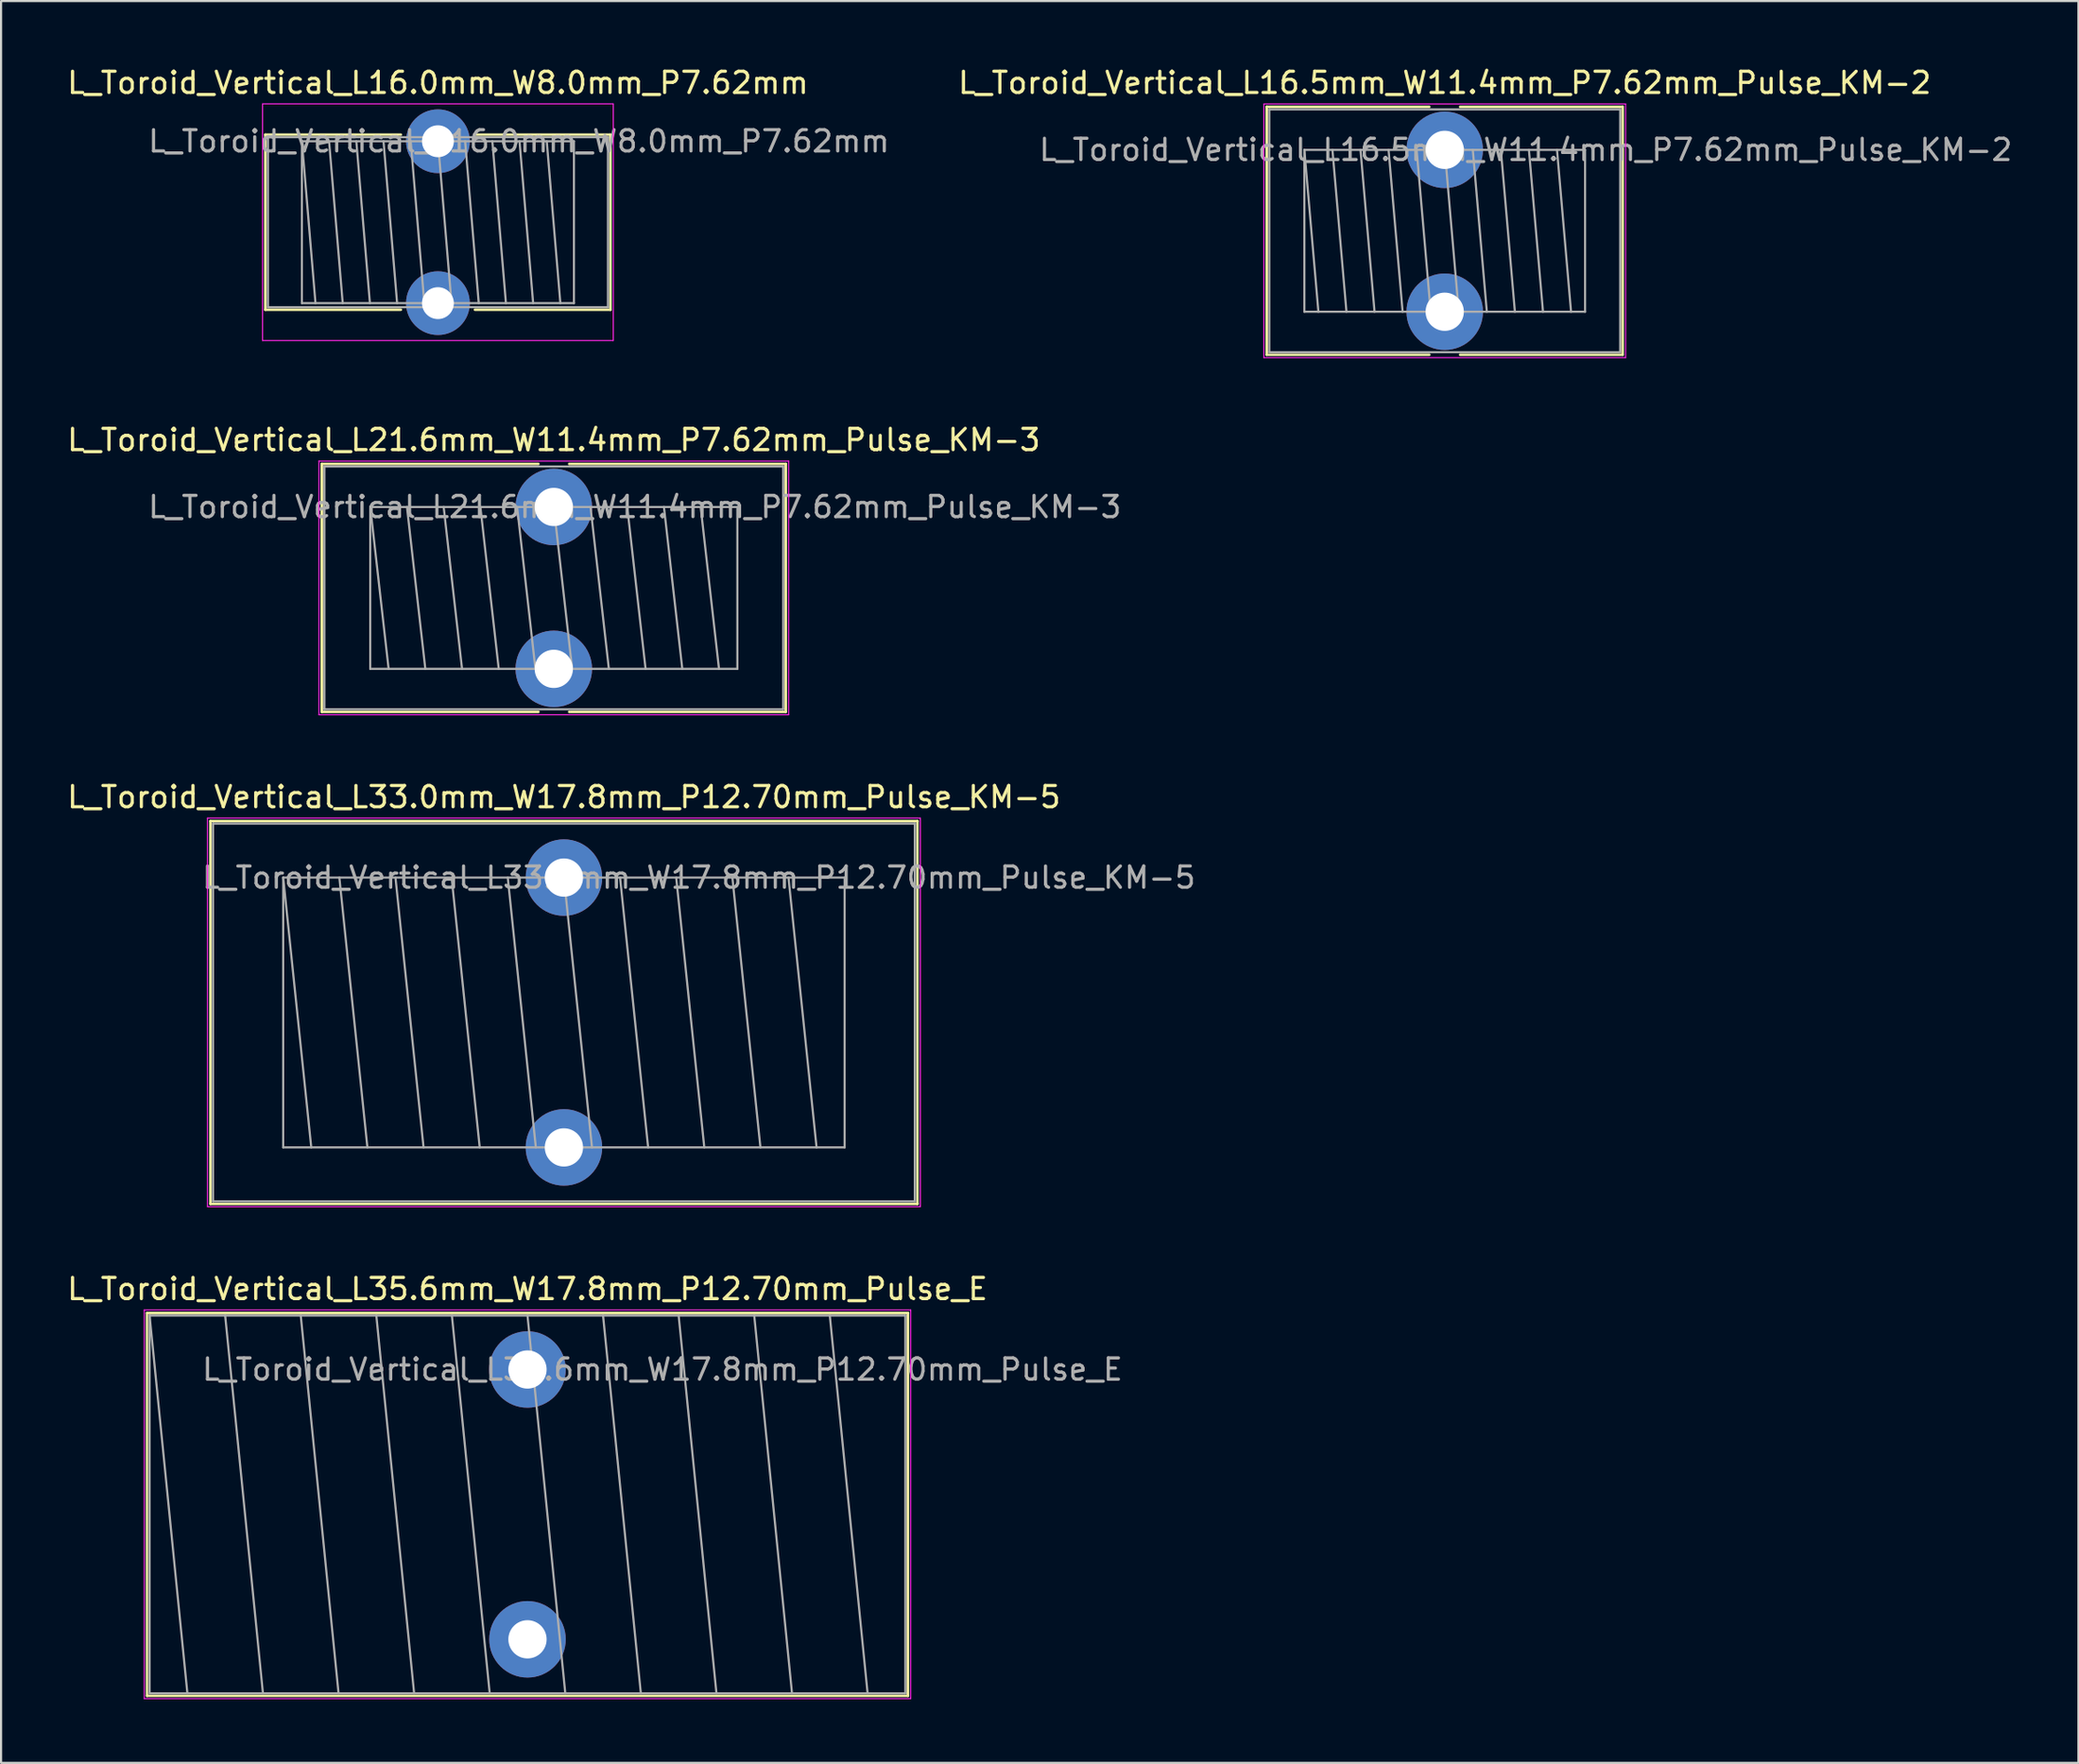
<source format=kicad_pcb>
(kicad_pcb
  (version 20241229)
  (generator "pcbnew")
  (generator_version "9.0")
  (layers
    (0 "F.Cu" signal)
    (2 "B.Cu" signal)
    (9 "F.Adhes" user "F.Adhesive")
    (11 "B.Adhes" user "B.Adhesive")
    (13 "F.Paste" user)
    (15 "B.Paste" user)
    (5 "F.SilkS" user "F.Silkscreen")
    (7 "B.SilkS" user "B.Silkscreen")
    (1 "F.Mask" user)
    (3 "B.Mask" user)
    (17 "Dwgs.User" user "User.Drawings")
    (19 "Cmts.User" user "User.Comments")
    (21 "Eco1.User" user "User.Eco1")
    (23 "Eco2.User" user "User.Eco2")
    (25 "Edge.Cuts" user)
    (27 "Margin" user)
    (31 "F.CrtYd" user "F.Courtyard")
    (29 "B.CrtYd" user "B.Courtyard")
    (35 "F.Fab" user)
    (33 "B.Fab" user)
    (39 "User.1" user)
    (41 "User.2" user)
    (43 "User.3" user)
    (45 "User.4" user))
  (footprint "L_Toroid_Vertical_L33.0mm_W17.8mm_P12.70mm_Pulse_KM-5"
    (layer "F.Cu")
    (at 23.482 38.255)
    (property "Reference" "L_Toroid_Vertical_L33.0mm_W17.8mm_P12.70mm_Pulse_KM-5" (at 0 -3.79 0) (layer "F.SilkS") (effects (font (size 1 1) (thickness 0.15))))
    (attr through_hole)
    (fp_line (start -16.631 -2.66) (end -16.631 15.36) (stroke (width 0.12) (type solid)) (layer "F.SilkS"))
    (fp_line (start -16.631 -2.66) (end 16.631 -2.66) (stroke (width 0.12) (type solid)) (layer "F.SilkS"))
    (fp_line (start -16.631 15.36) (end 16.631 15.36) (stroke (width 0.12) (type solid)) (layer "F.SilkS"))
    (fp_line (start 16.631 -2.66) (end 16.631 15.36) (stroke (width 0.12) (type solid)) (layer "F.SilkS"))
    (fp_line (start -16.77 -2.8) (end -16.77 15.49) (stroke (width 0.05) (type solid)) (layer "F.CrtYd"))
    (fp_line (start -16.77 15.49) (end 16.77 15.49) (stroke (width 0.05) (type solid)) (layer "F.CrtYd"))
    (fp_line (start 16.77 -2.8) (end -16.77 -2.8) (stroke (width 0.05) (type solid)) (layer "F.CrtYd"))
    (fp_line (start 16.77 15.49) (end 16.77 -2.8) (stroke (width 0.05) (type solid)) (layer "F.CrtYd"))
    (fp_line (start -16.51 -2.54) (end -16.51 15.24) (stroke (width 0.1) (type solid)) (layer "F.Fab"))
    (fp_line (start -16.51 15.24) (end 16.51 15.24) (stroke (width 0.1) (type solid)) (layer "F.Fab"))
    (fp_line (start -13.208 0) (end -13.208 12.7) (stroke (width 0.1) (type solid)) (layer "F.Fab"))
    (fp_line (start -13.208 0) (end -11.887 12.7) (stroke (width 0.1) (type solid)) (layer "F.Fab"))
    (fp_line (start -13.208 12.7) (end 13.208 12.7) (stroke (width 0.1) (type solid)) (layer "F.Fab"))
    (fp_line (start -10.566 0) (end -9.246 12.7) (stroke (width 0.1) (type solid)) (layer "F.Fab"))
    (fp_line (start -7.925 0) (end -6.604 12.7) (stroke (width 0.1) (type solid)) (layer "F.Fab"))
    (fp_line (start -5.283 0) (end -3.962 12.7) (stroke (width 0.1) (type solid)) (layer "F.Fab"))
    (fp_line (start -2.642 0) (end -1.321 12.7) (stroke (width 0.1) (type solid)) (layer "F.Fab"))
    (fp_line (start 0 0) (end 1.321 12.7) (stroke (width 0.1) (type solid)) (layer "F.Fab"))
    (fp_line (start 2.642 0) (end 3.962 12.7) (stroke (width 0.1) (type solid)) (layer "F.Fab"))
    (fp_line (start 5.283 0) (end 6.604 12.7) (stroke (width 0.1) (type solid)) (layer "F.Fab"))
    (fp_line (start 7.925 0) (end 9.246 12.7) (stroke (width 0.1) (type solid)) (layer "F.Fab"))
    (fp_line (start 10.566 0) (end 11.887 12.7) (stroke (width 0.1) (type solid)) (layer "F.Fab"))
    (fp_line (start 13.208 0) (end -13.208 0) (stroke (width 0.1) (type solid)) (layer "F.Fab"))
    (fp_line (start 13.208 12.7) (end 13.208 0) (stroke (width 0.1) (type solid)) (layer "F.Fab"))
    (fp_line (start 16.51 -2.54) (end -16.51 -2.54) (stroke (width 0.1) (type solid)) (layer "F.Fab"))
    (fp_line (start 16.51 15.24) (end 16.51 -2.54) (stroke (width 0.1) (type solid)) (layer "F.Fab"))
    (fp_text user "${REFERENCE}" (at 6.35 0 0) (layer "F.Fab") (effects (font (size 1 1) (thickness 0.15))))
    (pad "1" thru_hole circle (at 0 0) (size 3.6 3.6) (drill 1.8) (layers "*.Cu" "*.Mask"))
    (pad "2" thru_hole circle (at 0 12.7) (size 3.6 3.6) (drill 1.8) (layers "*.Cu" "*.Mask")))
  (footprint "L_Toroid_Vertical_L35.6mm_W17.8mm_P12.70mm_Pulse_E"
    (layer "F.Cu")
    (at 21.768 61.408)
    (property "Reference" "L_Toroid_Vertical_L35.6mm_W17.8mm_P12.70mm_Pulse_E" (at 0 -3.79 0) (layer "F.SilkS") (effects (font (size 1 1) (thickness 0.15))))
    (attr through_hole)
    (fp_line (start -17.9 -2.66) (end -17.9 15.36) (stroke (width 0.12) (type solid)) (layer "F.SilkS"))
    (fp_line (start -17.9 -2.66) (end 17.9 -2.66) (stroke (width 0.12) (type solid)) (layer "F.SilkS"))
    (fp_line (start -17.9 15.36) (end 17.9 15.36) (stroke (width 0.12) (type solid)) (layer "F.SilkS"))
    (fp_line (start 17.9 -2.66) (end 17.9 15.36) (stroke (width 0.12) (type solid)) (layer "F.SilkS"))
    (fp_line (start -18.03 -2.8) (end -18.03 15.49) (stroke (width 0.05) (type solid)) (layer "F.CrtYd"))
    (fp_line (start -18.03 15.49) (end 18.03 15.49) (stroke (width 0.05) (type solid)) (layer "F.CrtYd"))
    (fp_line (start 18.03 -2.8) (end -18.03 -2.8) (stroke (width 0.05) (type solid)) (layer "F.CrtYd"))
    (fp_line (start 18.03 15.49) (end 18.03 -2.8) (stroke (width 0.05) (type solid)) (layer "F.CrtYd"))
    (fp_line (start -17.78 -2.54) (end -17.78 15.24) (stroke (width 0.1) (type solid)) (layer "F.Fab"))
    (fp_line (start -17.78 -2.54) (end -16.002 15.24) (stroke (width 0.1) (type solid)) (layer "F.Fab"))
    (fp_line (start -17.78 15.24) (end 17.78 15.24) (stroke (width 0.1) (type solid)) (layer "F.Fab"))
    (fp_line (start -14.224 -2.54) (end -12.446 15.24) (stroke (width 0.1) (type solid)) (layer "F.Fab"))
    (fp_line (start -10.668 -2.54) (end -8.89 15.24) (stroke (width 0.1) (type solid)) (layer "F.Fab"))
    (fp_line (start -7.112 -2.54) (end -5.334 15.24) (stroke (width 0.1) (type solid)) (layer "F.Fab"))
    (fp_line (start -3.556 -2.54) (end -1.778 15.24) (stroke (width 0.1) (type solid)) (layer "F.Fab"))
    (fp_line (start 0 -2.54) (end 1.778 15.24) (stroke (width 0.1) (type solid)) (layer "F.Fab"))
    (fp_line (start 3.556 -2.54) (end 5.334 15.24) (stroke (width 0.1) (type solid)) (layer "F.Fab"))
    (fp_line (start 7.112 -2.54) (end 8.89 15.24) (stroke (width 0.1) (type solid)) (layer "F.Fab"))
    (fp_line (start 10.668 -2.54) (end 12.446 15.24) (stroke (width 0.1) (type solid)) (layer "F.Fab"))
    (fp_line (start 14.224 -2.54) (end 16.002 15.24) (stroke (width 0.1) (type solid)) (layer "F.Fab"))
    (fp_line (start 17.78 -2.54) (end -17.78 -2.54) (stroke (width 0.1) (type solid)) (layer "F.Fab"))
    (fp_line (start 17.78 15.24) (end 17.78 -2.54) (stroke (width 0.1) (type solid)) (layer "F.Fab"))
    (fp_text user "${REFERENCE}" (at 6.35 0 0) (layer "F.Fab") (effects (font (size 1 1) (thickness 0.15))))
    (pad "1" thru_hole circle (at 0 0) (size 3.6 3.6) (drill 1.8) (layers "*.Cu" "*.Mask"))
    (pad "2" thru_hole circle (at 0 12.7) (size 3.6 3.6) (drill 1.8) (layers "*.Cu" "*.Mask")))
  (footprint "L_Toroid_Vertical_L16.5mm_W11.4mm_P7.62mm_Pulse_KM-2"
    (layer "F.Cu")
    (at 64.923 4.003)
    (property "Reference" "L_Toroid_Vertical_L16.5mm_W11.4mm_P7.62mm_Pulse_KM-2" (at 0 -3.155 0) (layer "F.SilkS") (effects (font (size 1 1) (thickness 0.15))))
    (attr through_hole)
    (fp_line (start -8.375 -2.025) (end -8.375 9.645) (stroke (width 0.12) (type solid)) (layer "F.SilkS"))
    (fp_line (start -8.375 -2.025) (end -0.725 -2.025) (stroke (width 0.12) (type solid)) (layer "F.SilkS"))
    (fp_line (start -8.375 9.645) (end -0.725 9.645) (stroke (width 0.12) (type solid)) (layer "F.SilkS"))
    (fp_line (start 0.725 -2.025) (end 8.375 -2.025) (stroke (width 0.12) (type solid)) (layer "F.SilkS"))
    (fp_line (start 0.725 9.645) (end 8.375 9.645) (stroke (width 0.12) (type solid)) (layer "F.SilkS"))
    (fp_line (start 8.375 -2.025) (end 8.375 9.645) (stroke (width 0.12) (type solid)) (layer "F.SilkS"))
    (fp_line (start -8.51 -2.16) (end -8.51 9.78) (stroke (width 0.05) (type solid)) (layer "F.CrtYd"))
    (fp_line (start -8.51 9.78) (end 8.51 9.78) (stroke (width 0.05) (type solid)) (layer "F.CrtYd"))
    (fp_line (start 8.51 -2.16) (end -8.51 -2.16) (stroke (width 0.05) (type solid)) (layer "F.CrtYd"))
    (fp_line (start 8.51 9.78) (end 8.51 -2.16) (stroke (width 0.05) (type solid)) (layer "F.CrtYd"))
    (fp_line (start -8.255 -1.905) (end -8.255 9.525) (stroke (width 0.1) (type solid)) (layer "F.Fab"))
    (fp_line (start -8.255 9.525) (end 8.255 9.525) (stroke (width 0.1) (type solid)) (layer "F.Fab"))
    (fp_line (start -6.604 0) (end -6.604 7.62) (stroke (width 0.1) (type solid)) (layer "F.Fab"))
    (fp_line (start -6.604 0) (end -5.944 7.62) (stroke (width 0.1) (type solid)) (layer "F.Fab"))
    (fp_line (start -6.604 7.62) (end 6.604 7.62) (stroke (width 0.1) (type solid)) (layer "F.Fab"))
    (fp_line (start -5.283 0) (end -4.623 7.62) (stroke (width 0.1) (type solid)) (layer "F.Fab"))
    (fp_line (start -3.962 0) (end -3.302 7.62) (stroke (width 0.1) (type solid)) (layer "F.Fab"))
    (fp_line (start -2.642 0) (end -1.981 7.62) (stroke (width 0.1) (type solid)) (layer "F.Fab"))
    (fp_line (start -1.321 0) (end -0.66 7.62) (stroke (width 0.1) (type solid)) (layer "F.Fab"))
    (fp_line (start 0 0) (end 0.66 7.62) (stroke (width 0.1) (type solid)) (layer "F.Fab"))
    (fp_line (start 1.321 0) (end 1.981 7.62) (stroke (width 0.1) (type solid)) (layer "F.Fab"))
    (fp_line (start 2.642 0) (end 3.302 7.62) (stroke (width 0.1) (type solid)) (layer "F.Fab"))
    (fp_line (start 3.962 0) (end 4.623 7.62) (stroke (width 0.1) (type solid)) (layer "F.Fab"))
    (fp_line (start 5.283 0) (end 5.944 7.62) (stroke (width 0.1) (type solid)) (layer "F.Fab"))
    (fp_line (start 6.604 0) (end -6.604 0) (stroke (width 0.1) (type solid)) (layer "F.Fab"))
    (fp_line (start 6.604 7.62) (end 6.604 0) (stroke (width 0.1) (type solid)) (layer "F.Fab"))
    (fp_line (start 8.255 -1.905) (end -8.255 -1.905) (stroke (width 0.1) (type solid)) (layer "F.Fab"))
    (fp_line (start 8.255 9.525) (end 8.255 -1.905) (stroke (width 0.1) (type solid)) (layer "F.Fab"))
    (fp_text user "${REFERENCE}" (at 3.81 0 0) (layer "F.Fab") (effects (font (size 1 1) (thickness 0.15))))
    (pad "1" thru_hole circle (at 0 0) (size 3.6 3.6) (drill 1.8) (layers "*.Cu" "*.Mask"))
    (pad "2" thru_hole circle (at 0 7.62) (size 3.6 3.6) (drill 1.8) (layers "*.Cu" "*.Mask")))
  (footprint "L_Toroid_Vertical_L21.6mm_W11.4mm_P7.62mm_Pulse_KM-3"
    (layer "F.Cu")
    (at 23.006 20.811)
    (property "Reference" "L_Toroid_Vertical_L21.6mm_W11.4mm_P7.62mm_Pulse_KM-3" (at 0 -3.155 0) (layer "F.SilkS") (effects (font (size 1 1) (thickness 0.15))))
    (attr through_hole)
    (fp_line (start -10.915 -2.025) (end -10.915 9.645) (stroke (width 0.12) (type solid)) (layer "F.SilkS"))
    (fp_line (start -10.915 -2.025) (end -0.725 -2.025) (stroke (width 0.12) (type solid)) (layer "F.SilkS"))
    (fp_line (start -10.915 9.645) (end -0.725 9.645) (stroke (width 0.12) (type solid)) (layer "F.SilkS"))
    (fp_line (start 0.725 -2.025) (end 10.915 -2.025) (stroke (width 0.12) (type solid)) (layer "F.SilkS"))
    (fp_line (start 0.725 9.645) (end 10.915 9.645) (stroke (width 0.12) (type solid)) (layer "F.SilkS"))
    (fp_line (start 10.915 -2.025) (end 10.915 9.645) (stroke (width 0.12) (type solid)) (layer "F.SilkS"))
    (fp_line (start -11.05 -2.16) (end -11.05 9.78) (stroke (width 0.05) (type solid)) (layer "F.CrtYd"))
    (fp_line (start -11.05 9.78) (end 11.05 9.78) (stroke (width 0.05) (type solid)) (layer "F.CrtYd"))
    (fp_line (start 11.05 -2.16) (end -11.05 -2.16) (stroke (width 0.05) (type solid)) (layer "F.CrtYd"))
    (fp_line (start 11.05 9.78) (end 11.05 -2.16) (stroke (width 0.05) (type solid)) (layer "F.CrtYd"))
    (fp_line (start -10.795 -1.905) (end -10.795 9.525) (stroke (width 0.1) (type solid)) (layer "F.Fab"))
    (fp_line (start -10.795 9.525) (end 10.795 9.525) (stroke (width 0.1) (type solid)) (layer "F.Fab"))
    (fp_line (start -8.636 0) (end -8.636 7.62) (stroke (width 0.1) (type solid)) (layer "F.Fab"))
    (fp_line (start -8.636 0) (end -7.772 7.62) (stroke (width 0.1) (type solid)) (layer "F.Fab"))
    (fp_line (start -8.636 7.62) (end 8.636 7.62) (stroke (width 0.1) (type solid)) (layer "F.Fab"))
    (fp_line (start -6.909 0) (end -6.045 7.62) (stroke (width 0.1) (type solid)) (layer "F.Fab"))
    (fp_line (start -5.182 0) (end -4.318 7.62) (stroke (width 0.1) (type solid)) (layer "F.Fab"))
    (fp_line (start -3.454 0) (end -2.591 7.62) (stroke (width 0.1) (type solid)) (layer "F.Fab"))
    (fp_line (start -1.727 0) (end -0.864 7.62) (stroke (width 0.1) (type solid)) (layer "F.Fab"))
    (fp_line (start 0 0) (end 0.864 7.62) (stroke (width 0.1) (type solid)) (layer "F.Fab"))
    (fp_line (start 1.727 0) (end 2.591 7.62) (stroke (width 0.1) (type solid)) (layer "F.Fab"))
    (fp_line (start 3.454 0) (end 4.318 7.62) (stroke (width 0.1) (type solid)) (layer "F.Fab"))
    (fp_line (start 5.182 0) (end 6.045 7.62) (stroke (width 0.1) (type solid)) (layer "F.Fab"))
    (fp_line (start 6.909 0) (end 7.772 7.62) (stroke (width 0.1) (type solid)) (layer "F.Fab"))
    (fp_line (start 8.636 0) (end -8.636 0) (stroke (width 0.1) (type solid)) (layer "F.Fab"))
    (fp_line (start 8.636 7.62) (end 8.636 0) (stroke (width 0.1) (type solid)) (layer "F.Fab"))
    (fp_line (start 10.795 -1.905) (end -10.795 -1.905) (stroke (width 0.1) (type solid)) (layer "F.Fab"))
    (fp_line (start 10.795 9.525) (end 10.795 -1.905) (stroke (width 0.1) (type solid)) (layer "F.Fab"))
    (fp_text user "${REFERENCE}" (at 3.81 0 0) (layer "F.Fab") (effects (font (size 1 1) (thickness 0.15))))
    (pad "1" thru_hole circle (at 0 0) (size 3.6 3.6) (drill 1.8) (layers "*.Cu" "*.Mask"))
    (pad "2" thru_hole circle (at 0 7.62) (size 3.6 3.6) (drill 1.8) (layers "*.Cu" "*.Mask")))
  (footprint "L_Toroid_Vertical_L16.0mm_W8.0mm_P7.62mm"
    (layer "F.Cu")
    (at 17.554 3.598)
    (property "Reference" "L_Toroid_Vertical_L16.0mm_W8.0mm_P7.62mm" (at 0 -2.75 0) (layer "F.SilkS") (effects (font (size 1 1) (thickness 0.15))))
    (attr through_hole)
    (fp_line (start -8.12 -0.31) (end -8.12 7.93) (stroke (width 0.12) (type solid)) (layer "F.SilkS"))
    (fp_line (start -8.12 -0.31) (end -1.742 -0.31) (stroke (width 0.12) (type solid)) (layer "F.SilkS"))
    (fp_line (start -8.12 7.93) (end -1.742 7.93) (stroke (width 0.12) (type solid)) (layer "F.SilkS"))
    (fp_line (start 1.742 -0.31) (end 8.12 -0.31) (stroke (width 0.12) (type solid)) (layer "F.SilkS"))
    (fp_line (start 1.742 7.93) (end 8.12 7.93) (stroke (width 0.12) (type solid)) (layer "F.SilkS"))
    (fp_line (start 8.12 -0.31) (end 8.12 7.93) (stroke (width 0.12) (type solid)) (layer "F.SilkS"))
    (fp_line (start -8.25 -1.76) (end -8.25 9.38) (stroke (width 0.05) (type solid)) (layer "F.CrtYd"))
    (fp_line (start -8.25 9.38) (end 8.25 9.38) (stroke (width 0.05) (type solid)) (layer "F.CrtYd"))
    (fp_line (start 8.25 -1.76) (end -8.25 -1.76) (stroke (width 0.05) (type solid)) (layer "F.CrtYd"))
    (fp_line (start 8.25 9.38) (end 8.25 -1.76) (stroke (width 0.05) (type solid)) (layer "F.CrtYd"))
    (fp_line (start -8 -0.19) (end -8 7.81) (stroke (width 0.1) (type solid)) (layer "F.Fab"))
    (fp_line (start -8 7.81) (end 8 7.81) (stroke (width 0.1) (type solid)) (layer "F.Fab"))
    (fp_line (start -6.4 0) (end -6.4 7.62) (stroke (width 0.1) (type solid)) (layer "F.Fab"))
    (fp_line (start -6.4 0) (end -5.76 7.62) (stroke (width 0.1) (type solid)) (layer "F.Fab"))
    (fp_line (start -6.4 7.62) (end 6.4 7.62) (stroke (width 0.1) (type solid)) (layer "F.Fab"))
    (fp_line (start -5.12 0) (end -4.48 7.62) (stroke (width 0.1) (type solid)) (layer "F.Fab"))
    (fp_line (start -3.84 0) (end -3.2 7.62) (stroke (width 0.1) (type solid)) (layer "F.Fab"))
    (fp_line (start -2.56 0) (end -1.92 7.62) (stroke (width 0.1) (type solid)) (layer "F.Fab"))
    (fp_line (start -1.28 0) (end -0.64 7.62) (stroke (width 0.1) (type solid)) (layer "F.Fab"))
    (fp_line (start 0 0) (end 0.64 7.62) (stroke (width 0.1) (type solid)) (layer "F.Fab"))
    (fp_line (start 1.28 0) (end 1.92 7.62) (stroke (width 0.1) (type solid)) (layer "F.Fab"))
    (fp_line (start 2.56 0) (end 3.2 7.62) (stroke (width 0.1) (type solid)) (layer "F.Fab"))
    (fp_line (start 3.84 0) (end 4.48 7.62) (stroke (width 0.1) (type solid)) (layer "F.Fab"))
    (fp_line (start 5.12 0) (end 5.76 7.62) (stroke (width 0.1) (type solid)) (layer "F.Fab"))
    (fp_line (start 6.4 0) (end -6.4 0) (stroke (width 0.1) (type solid)) (layer "F.Fab"))
    (fp_line (start 6.4 7.62) (end 6.4 0) (stroke (width 0.1) (type solid)) (layer "F.Fab"))
    (fp_line (start 8 -0.19) (end -8 -0.19) (stroke (width 0.1) (type solid)) (layer "F.Fab"))
    (fp_line (start 8 7.81) (end 8 -0.19) (stroke (width 0.1) (type solid)) (layer "F.Fab"))
    (fp_text user "${REFERENCE}" (at 3.81 0 0) (layer "F.Fab") (effects (font (size 1 1) (thickness 0.15))))
    (pad "1" thru_hole circle (at 0 0) (size 3 3) (drill 1.5) (layers "*.Cu" "*.Mask"))
    (pad "2" thru_hole circle (at 0 7.62) (size 3 3) (drill 1.5) (layers "*.Cu" "*.Mask")))
  (gr_rect
    (start -3 -3)
    (end 94.739 79.923)
    (stroke (width 0.1) (type default))
    (fill no)
    (layer "Edge.Cuts")))
</source>
